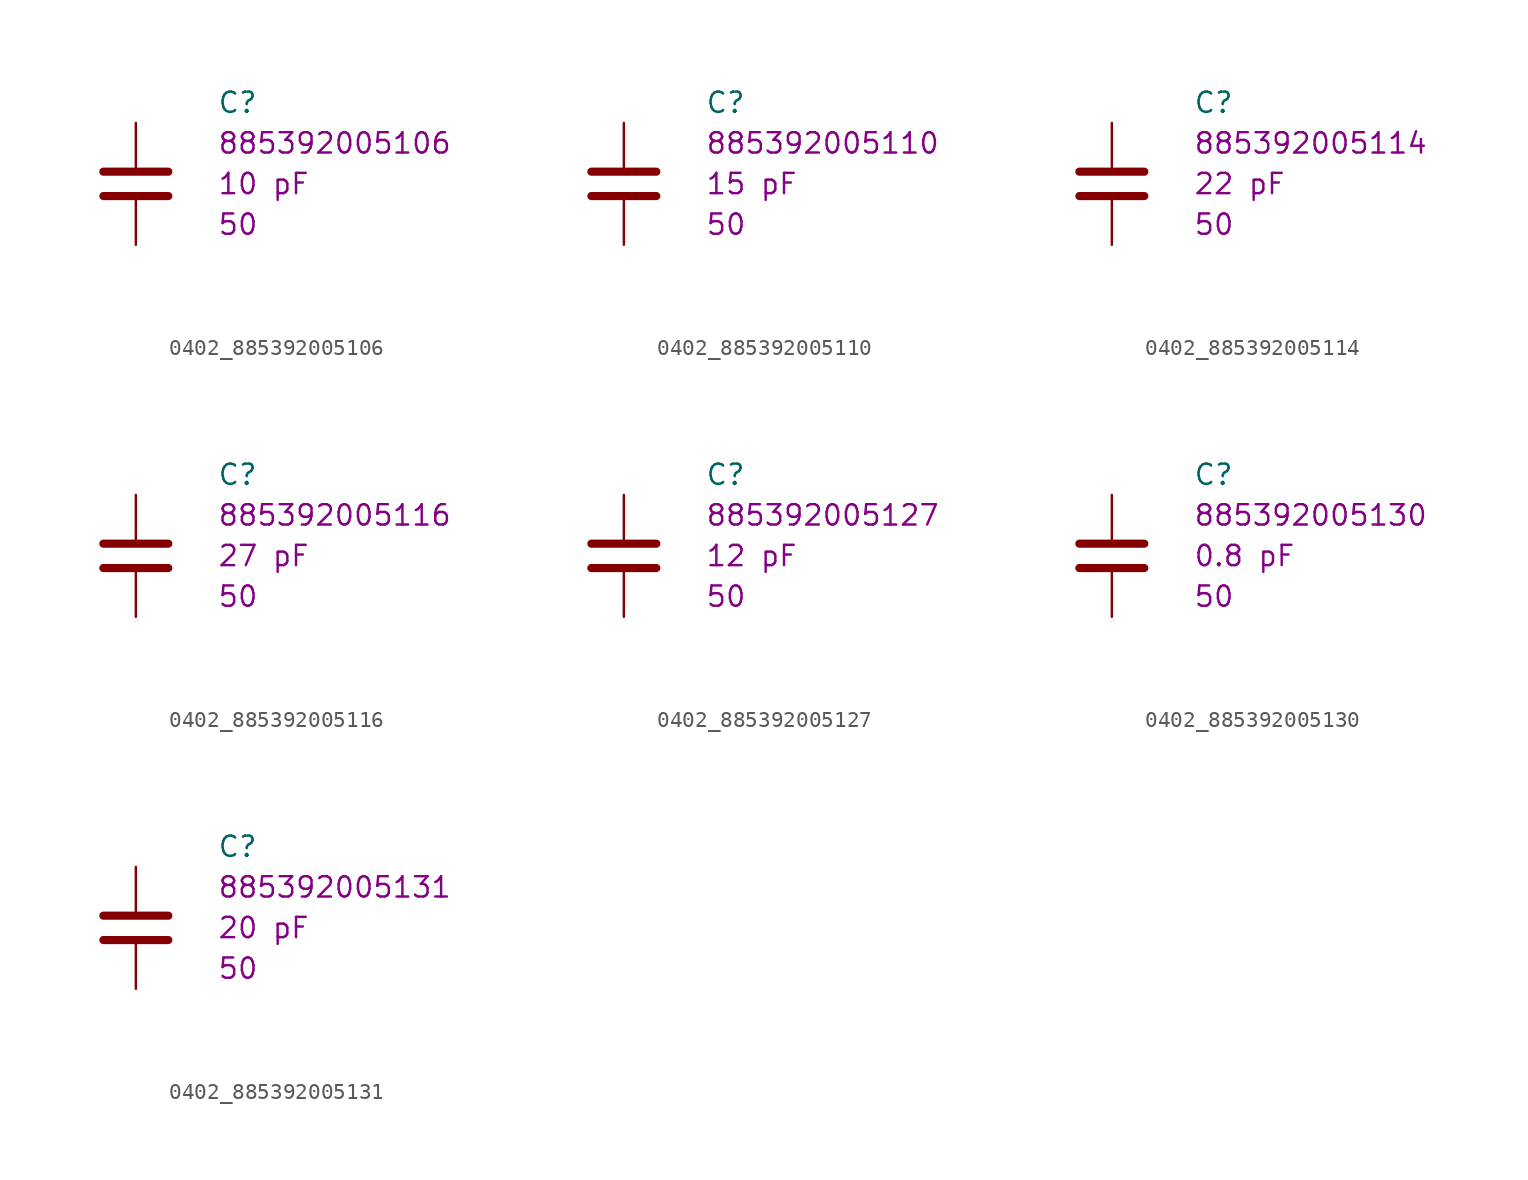
<source format=kicad_sym>
(kicad_symbol_lib
  (version 20220914)
  (generator kicad_symbol_editor)
  (symbol "0402_885392005106"
    (pin_numbers hide)
    (pin_names hide)
    (property "Reference" "C"
      (at 5.08 5.08 0)
      (effects (font (size 1.27 1.27)) (justify left)))
    (property "Part Number" "885392005106"
      (at 5.08 2.54 0)
      (effects (font (size 1.27 1.27)) (justify left)))
    (property "Capacitance" "10 pF"
      (at 5.08 0 0)
      (effects (font (size 1.27 1.27)) (justify left)))
    (property "Voltage" "50"
      (at 5.08 -2.54 0)
      (effects (font (size 1.27 1.27)) (justify left)))
    (property "Critical Parameter" ""
      (at 0 -7.62 0)
      (effects (font (size 1.27 1.27))))
    (symbol "0402_885392005106_0_1"
      (polyline (pts (xy -2.032 -0.762) (xy 2.032 -0.762)) (stroke (width 0.508) (type default)) (fill (type none)))
      (polyline (pts (xy -2.032 0.762) (xy 2.032 0.762)) (stroke (width 0.508) (type default)) (fill (type none))))
    (symbol "0402_885392005106_1_1"
      (pin passive line (at 0 3.81 270) (length 2.794) (name "1" (effects (font (size 1.27 1.27)))) (number "1" (effects (font (size 1.27 1.27)))))
      (pin passive line (at 0 -3.81 90) (length 2.794) (name "2" (effects (font (size 1.27 1.27)))) (number "2" (effects (font (size 1.27 1.27)))))))
  (symbol "0402_885392005110"
    (pin_numbers hide)
    (pin_names hide)
    (property "Reference" "C"
      (at 5.08 5.08 0)
      (effects (font (size 1.27 1.27)) (justify left)))
    (property "Part Number" "885392005110"
      (at 5.08 2.54 0)
      (effects (font (size 1.27 1.27)) (justify left)))
    (property "Capacitance" "15 pF"
      (at 5.08 0 0)
      (effects (font (size 1.27 1.27)) (justify left)))
    (property "Voltage" "50"
      (at 5.08 -2.54 0)
      (effects (font (size 1.27 1.27)) (justify left)))
    (property "Critical Parameter" ""
      (at 0 -7.62 0)
      (effects (font (size 1.27 1.27))))
    (symbol "0402_885392005110_0_1"
      (polyline (pts (xy -2.032 -0.762) (xy 2.032 -0.762)) (stroke (width 0.508) (type default)) (fill (type none)))
      (polyline (pts (xy -2.032 0.762) (xy 2.032 0.762)) (stroke (width 0.508) (type default)) (fill (type none))))
    (symbol "0402_885392005110_1_1"
      (pin passive line (at 0 3.81 270) (length 2.794) (name "1" (effects (font (size 1.27 1.27)))) (number "1" (effects (font (size 1.27 1.27)))))
      (pin passive line (at 0 -3.81 90) (length 2.794) (name "2" (effects (font (size 1.27 1.27)))) (number "2" (effects (font (size 1.27 1.27)))))))
  (symbol "0402_885392005114"
    (pin_numbers hide)
    (pin_names hide)
    (property "Reference" "C"
      (at 5.08 5.08 0)
      (effects (font (size 1.27 1.27)) (justify left)))
    (property "Part Number" "885392005114"
      (at 5.08 2.54 0)
      (effects (font (size 1.27 1.27)) (justify left)))
    (property "Capacitance" "22 pF"
      (at 5.08 0 0)
      (effects (font (size 1.27 1.27)) (justify left)))
    (property "Voltage" "50"
      (at 5.08 -2.54 0)
      (effects (font (size 1.27 1.27)) (justify left)))
    (property "Critical Parameter" ""
      (at 0 -7.62 0)
      (effects (font (size 1.27 1.27))))
    (symbol "0402_885392005114_0_1"
      (polyline (pts (xy -2.032 -0.762) (xy 2.032 -0.762)) (stroke (width 0.508) (type default)) (fill (type none)))
      (polyline (pts (xy -2.032 0.762) (xy 2.032 0.762)) (stroke (width 0.508) (type default)) (fill (type none))))
    (symbol "0402_885392005114_1_1"
      (pin passive line (at 0 3.81 270) (length 2.794) (name "1" (effects (font (size 1.27 1.27)))) (number "1" (effects (font (size 1.27 1.27)))))
      (pin passive line (at 0 -3.81 90) (length 2.794) (name "2" (effects (font (size 1.27 1.27)))) (number "2" (effects (font (size 1.27 1.27)))))))
  (symbol "0402_885392005116"
    (pin_numbers hide)
    (pin_names hide)
    (property "Reference" "C"
      (at 5.08 5.08 0)
      (effects (font (size 1.27 1.27)) (justify left)))
    (property "Part Number" "885392005116"
      (at 5.08 2.54 0)
      (effects (font (size 1.27 1.27)) (justify left)))
    (property "Capacitance" "27 pF"
      (at 5.08 0 0)
      (effects (font (size 1.27 1.27)) (justify left)))
    (property "Voltage" "50"
      (at 5.08 -2.54 0)
      (effects (font (size 1.27 1.27)) (justify left)))
    (property "Critical Parameter" ""
      (at 0 -7.62 0)
      (effects (font (size 1.27 1.27))))
    (symbol "0402_885392005116_0_1"
      (polyline (pts (xy -2.032 -0.762) (xy 2.032 -0.762)) (stroke (width 0.508) (type default)) (fill (type none)))
      (polyline (pts (xy -2.032 0.762) (xy 2.032 0.762)) (stroke (width 0.508) (type default)) (fill (type none))))
    (symbol "0402_885392005116_1_1"
      (pin passive line (at 0 3.81 270) (length 2.794) (name "1" (effects (font (size 1.27 1.27)))) (number "1" (effects (font (size 1.27 1.27)))))
      (pin passive line (at 0 -3.81 90) (length 2.794) (name "2" (effects (font (size 1.27 1.27)))) (number "2" (effects (font (size 1.27 1.27)))))))
  (symbol "0402_885392005127"
    (pin_numbers hide)
    (pin_names hide)
    (property "Reference" "C"
      (at 5.08 5.08 0)
      (effects (font (size 1.27 1.27)) (justify left)))
    (property "Part Number" "885392005127"
      (at 5.08 2.54 0)
      (effects (font (size 1.27 1.27)) (justify left)))
    (property "Capacitance" "12 pF"
      (at 5.08 0 0)
      (effects (font (size 1.27 1.27)) (justify left)))
    (property "Voltage" "50"
      (at 5.08 -2.54 0)
      (effects (font (size 1.27 1.27)) (justify left)))
    (property "Critical Parameter" ""
      (at 0 -7.62 0)
      (effects (font (size 1.27 1.27))))
    (symbol "0402_885392005127_0_1"
      (polyline (pts (xy -2.032 -0.762) (xy 2.032 -0.762)) (stroke (width 0.508) (type default)) (fill (type none)))
      (polyline (pts (xy -2.032 0.762) (xy 2.032 0.762)) (stroke (width 0.508) (type default)) (fill (type none))))
    (symbol "0402_885392005127_1_1"
      (pin passive line (at 0 3.81 270) (length 2.794) (name "1" (effects (font (size 1.27 1.27)))) (number "1" (effects (font (size 1.27 1.27)))))
      (pin passive line (at 0 -3.81 90) (length 2.794) (name "2" (effects (font (size 1.27 1.27)))) (number "2" (effects (font (size 1.27 1.27)))))))
  (symbol "0402_885392005130"
    (pin_numbers hide)
    (pin_names hide)
    (property "Reference" "C"
      (at 5.08 5.08 0)
      (effects (font (size 1.27 1.27)) (justify left)))
    (property "Part Number" "885392005130"
      (at 5.08 2.54 0)
      (effects (font (size 1.27 1.27)) (justify left)))
    (property "Capacitance" "0.8 pF"
      (at 5.08 0 0)
      (effects (font (size 1.27 1.27)) (justify left)))
    (property "Voltage" "50"
      (at 5.08 -2.54 0)
      (effects (font (size 1.27 1.27)) (justify left)))
    (property "Critical Parameter" ""
      (at 0 -7.62 0)
      (effects (font (size 1.27 1.27))))
    (symbol "0402_885392005130_0_1"
      (polyline (pts (xy -2.032 -0.762) (xy 2.032 -0.762)) (stroke (width 0.508) (type default)) (fill (type none)))
      (polyline (pts (xy -2.032 0.762) (xy 2.032 0.762)) (stroke (width 0.508) (type default)) (fill (type none))))
    (symbol "0402_885392005130_1_1"
      (pin passive line (at 0 3.81 270) (length 2.794) (name "1" (effects (font (size 1.27 1.27)))) (number "1" (effects (font (size 1.27 1.27)))))
      (pin passive line (at 0 -3.81 90) (length 2.794) (name "2" (effects (font (size 1.27 1.27)))) (number "2" (effects (font (size 1.27 1.27)))))))
  (symbol "0402_885392005131"
    (pin_numbers hide)
    (pin_names hide)
    (property "Reference" "C"
      (at 5.08 5.08 0)
      (effects (font (size 1.27 1.27)) (justify left)))
    (property "Part Number" "885392005131"
      (at 5.08 2.54 0)
      (effects (font (size 1.27 1.27)) (justify left)))
    (property "Capacitance" "20 pF"
      (at 5.08 0 0)
      (effects (font (size 1.27 1.27)) (justify left)))
    (property "Voltage" "50"
      (at 5.08 -2.54 0)
      (effects (font (size 1.27 1.27)) (justify left)))
    (property "Critical Parameter" ""
      (at 0 -7.62 0)
      (effects (font (size 1.27 1.27))))
    (symbol "0402_885392005131_0_1"
      (polyline (pts (xy -2.032 -0.762) (xy 2.032 -0.762)) (stroke (width 0.508) (type default)) (fill (type none)))
      (polyline (pts (xy -2.032 0.762) (xy 2.032 0.762)) (stroke (width 0.508) (type default)) (fill (type none))))
    (symbol "0402_885392005131_1_1"
      (pin passive line (at 0 3.81 270) (length 2.794) (name "1" (effects (font (size 1.27 1.27)))) (number "1" (effects (font (size 1.27 1.27)))))
      (pin passive line (at 0 -3.81 90) (length 2.794) (name "2" (effects (font (size 1.27 1.27)))) (number "2" (effects (font (size 1.27 1.27))))))))
</source>
